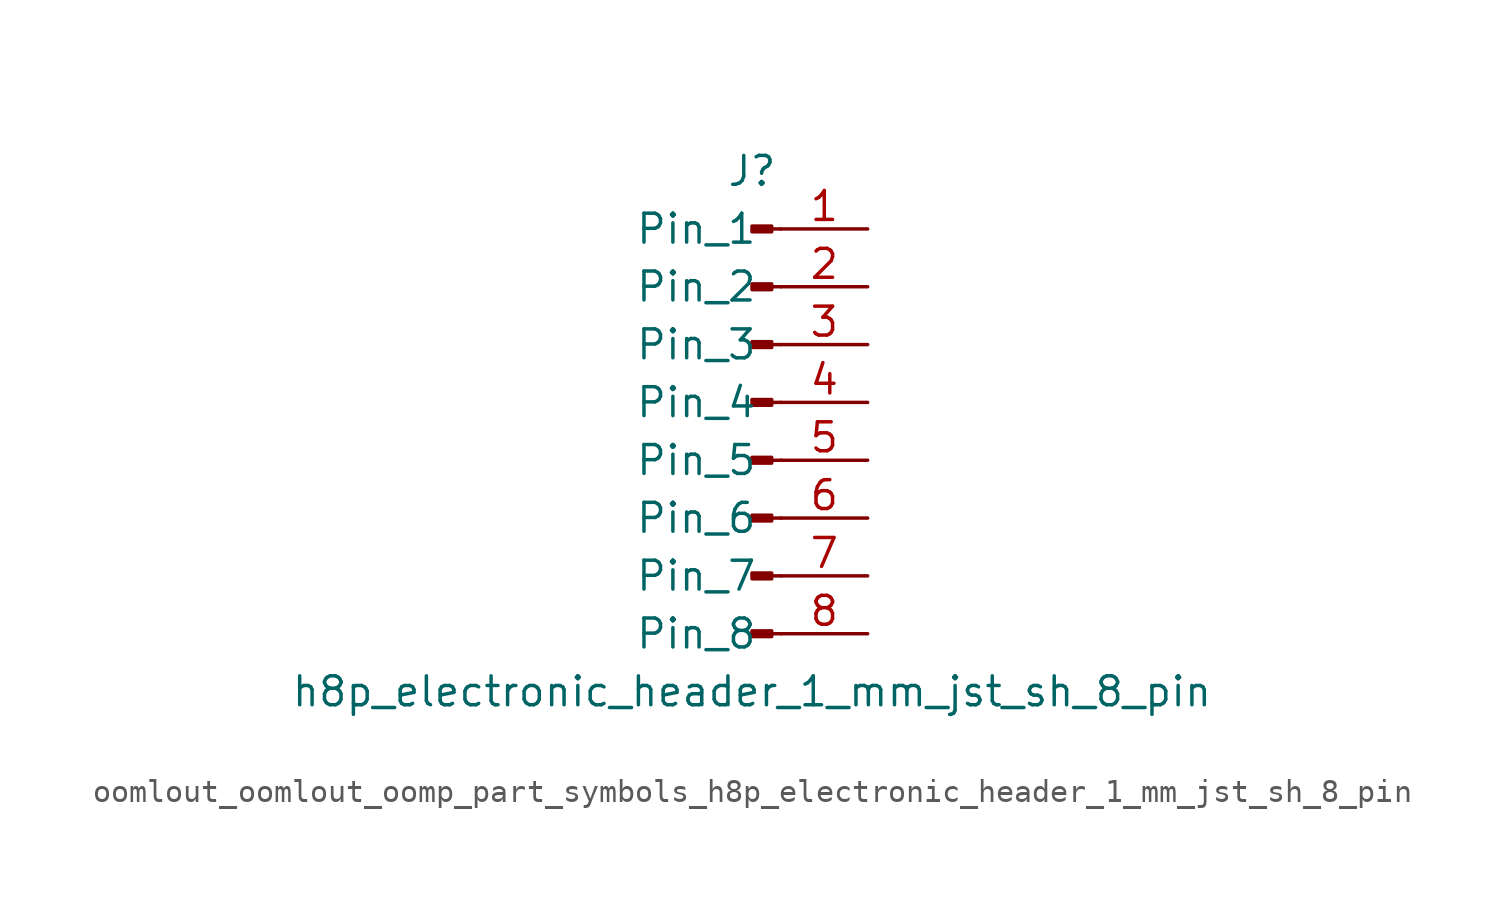
<source format=kicad_sym>
(kicad_symbol_lib
  (version 20220914)
  (generator kicad_symbol_editor)
  (symbol "oomlout_oomlout_oomp_part_symbols_h8p_electronic_header_1_mm_jst_sh_8_pin"
    (pin_names
      (offset 1.016))
    (property "Reference" "J"
      (at 0 10.16 0)
      (effects (font (size 1.27 1.27))))
    (property "Value" "h8p_electronic_header_1_mm_jst_sh_8_pin"
      (at 0 -12.7 0)
      (effects (font (size 1.27 1.27))))
    (property "ki_locked" ""
      (at 0 0 0)
      (effects (font (size 1.27 1.27))))
    (symbol "oomlout_oomlout_oomp_part_symbols_h8p_electronic_header_1_mm_jst_sh_8_pin_1_1"
      (polyline (pts (xy 1.27 -10.16) (xy 0.864 -10.16)) (stroke (width 0.152) (type default)) (fill (type none)))
      (polyline (pts (xy 1.27 -7.62) (xy 0.864 -7.62)) (stroke (width 0.152) (type default)) (fill (type none)))
      (polyline (pts (xy 1.27 -5.08) (xy 0.864 -5.08)) (stroke (width 0.152) (type default)) (fill (type none)))
      (polyline (pts (xy 1.27 -2.54) (xy 0.864 -2.54)) (stroke (width 0.152) (type default)) (fill (type none)))
      (polyline (pts (xy 1.27 0) (xy 0.864 0)) (stroke (width 0.152) (type default)) (fill (type none)))
      (polyline (pts (xy 1.27 2.54) (xy 0.864 2.54)) (stroke (width 0.152) (type default)) (fill (type none)))
      (polyline (pts (xy 1.27 5.08) (xy 0.864 5.08)) (stroke (width 0.152) (type default)) (fill (type none)))
      (polyline (pts (xy 1.27 7.62) (xy 0.864 7.62)) (stroke (width 0.152) (type default)) (fill (type none)))
      (rectangle (start 0.864 -10.033) (end 0 -10.287) (stroke (width 0.152) (type default)) (fill (type outline)))
      (rectangle (start 0.864 -7.493) (end 0 -7.747) (stroke (width 0.152) (type default)) (fill (type outline)))
      (rectangle (start 0.864 -4.953) (end 0 -5.207) (stroke (width 0.152) (type default)) (fill (type outline)))
      (rectangle (start 0.864 -2.413) (end 0 -2.667) (stroke (width 0.152) (type default)) (fill (type outline)))
      (rectangle (start 0.864 0.127) (end 0 -0.127) (stroke (width 0.152) (type default)) (fill (type outline)))
      (rectangle (start 0.864 2.667) (end 0 2.413) (stroke (width 0.152) (type default)) (fill (type outline)))
      (rectangle (start 0.864 5.207) (end 0 4.953) (stroke (width 0.152) (type default)) (fill (type outline)))
      (rectangle (start 0.864 7.747) (end 0 7.493) (stroke (width 0.152) (type default)) (fill (type outline)))
      (pin passive line (at 5.08 7.62 180) (length 3.81) (name "Pin_1" (effects (font (size 1.27 1.27)))) (number "1" (effects (font (size 1.27 1.27)))))
      (pin passive line (at 5.08 5.08 180) (length 3.81) (name "Pin_2" (effects (font (size 1.27 1.27)))) (number "2" (effects (font (size 1.27 1.27)))))
      (pin passive line (at 5.08 2.54 180) (length 3.81) (name "Pin_3" (effects (font (size 1.27 1.27)))) (number "3" (effects (font (size 1.27 1.27)))))
      (pin passive line (at 5.08 0 180) (length 3.81) (name "Pin_4" (effects (font (size 1.27 1.27)))) (number "4" (effects (font (size 1.27 1.27)))))
      (pin passive line (at 5.08 -2.54 180) (length 3.81) (name "Pin_5" (effects (font (size 1.27 1.27)))) (number "5" (effects (font (size 1.27 1.27)))))
      (pin passive line (at 5.08 -5.08 180) (length 3.81) (name "Pin_6" (effects (font (size 1.27 1.27)))) (number "6" (effects (font (size 1.27 1.27)))))
      (pin passive line (at 5.08 -7.62 180) (length 3.81) (name "Pin_7" (effects (font (size 1.27 1.27)))) (number "7" (effects (font (size 1.27 1.27)))))
      (pin passive line (at 5.08 -10.16 180) (length 3.81) (name "Pin_8" (effects (font (size 1.27 1.27)))) (number "8" (effects (font (size 1.27 1.27))))))))
</source>
